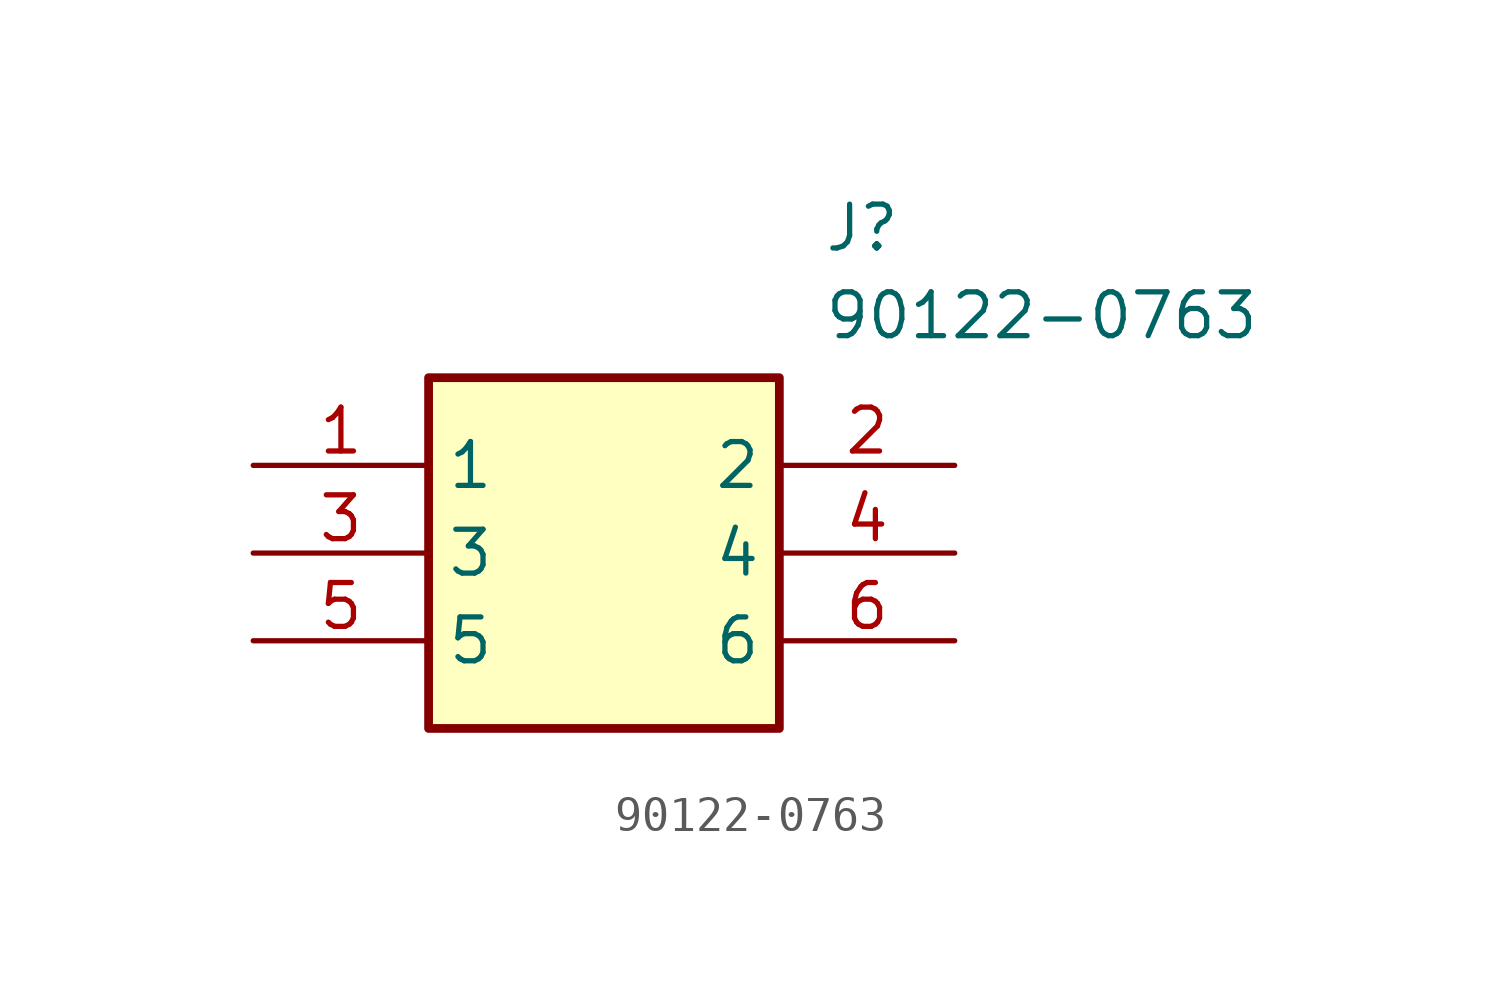
<source format=kicad_sym>
(kicad_symbol_lib
  (version 20211014)
  (generator SamacSys_ECAD_Model)
  (symbol "90122-0763"
    (property "Reference" "J"
      (at 16.51 7.62 0)
      (effects (font (size 1.27 1.27)) (justify left top)))
    (property "Value" "90122-0763"
      (at 16.51 5.08 0)
      (effects (font (size 1.27 1.27)) (justify left top)))
    (rectangle
      (start 5.08 2.54)
      (end 15.24 -7.62)
      (stroke (width 0.254) (type default))
      (fill (type background)))
    (pin passive line
      (at 0 0 0)
      (length 5.08)
      (name "1" (effects (font (size 1.27 1.27))))
      (number "1" (effects (font (size 1.27 1.27)))))
    (pin passive line
      (at 0 -2.54 0)
      (length 5.08)
      (name "3" (effects (font (size 1.27 1.27))))
      (number "3" (effects (font (size 1.27 1.27)))))
    (pin passive line
      (at 0 -5.08 0)
      (length 5.08)
      (name "5" (effects (font (size 1.27 1.27))))
      (number "5" (effects (font (size 1.27 1.27)))))
    (pin passive line
      (at 20.32 0 180)
      (length 5.08)
      (name "2" (effects (font (size 1.27 1.27))))
      (number "2" (effects (font (size 1.27 1.27)))))
    (pin passive line
      (at 20.32 -2.54 180)
      (length 5.08)
      (name "4" (effects (font (size 1.27 1.27))))
      (number "4" (effects (font (size 1.27 1.27)))))
    (pin passive line
      (at 20.32 -5.08 180)
      (length 5.08)
      (name "6" (effects (font (size 1.27 1.27))))
      (number "6" (effects (font (size 1.27 1.27)))))))
</source>
